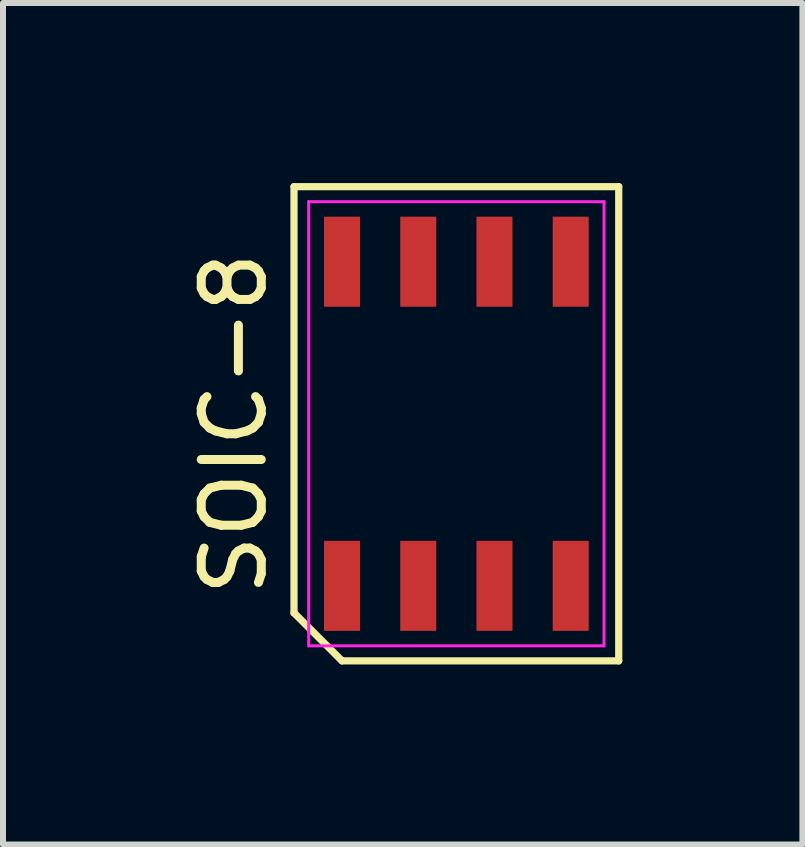
<source format=kicad_pcb>
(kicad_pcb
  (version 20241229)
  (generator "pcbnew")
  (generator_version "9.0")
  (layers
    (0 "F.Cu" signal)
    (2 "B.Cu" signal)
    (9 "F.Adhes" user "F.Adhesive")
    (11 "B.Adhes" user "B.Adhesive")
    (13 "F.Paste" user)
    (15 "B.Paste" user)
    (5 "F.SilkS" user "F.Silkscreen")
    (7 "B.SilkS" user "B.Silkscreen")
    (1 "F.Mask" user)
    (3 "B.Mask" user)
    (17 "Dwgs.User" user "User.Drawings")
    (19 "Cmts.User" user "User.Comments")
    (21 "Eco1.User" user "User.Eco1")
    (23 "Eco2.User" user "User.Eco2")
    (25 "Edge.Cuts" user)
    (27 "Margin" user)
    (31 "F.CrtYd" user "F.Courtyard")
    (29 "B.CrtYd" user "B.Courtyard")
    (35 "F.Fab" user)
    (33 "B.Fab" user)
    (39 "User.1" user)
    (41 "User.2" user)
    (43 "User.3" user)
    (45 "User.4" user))
  (footprint "SOIC-8"
    (layer "F.Cu")
    (at 4.553 4.01)
    (property "Reference" "SOIC-8" (at -3.705 0 90) (layer "F.SilkS") (effects (font (size 1 1) (thickness 0.15))))
    (attr smd)
    (fp_line (start -2.705 -3.95) (end 2.705 -3.95) (stroke (width 0.12) (type default)) (layer "F.SilkS"))
    (fp_line (start -2.705 3.15) (end -2.705 -3.95) (stroke (width 0.12) (type default)) (layer "F.SilkS"))
    (fp_line (start -1.905 3.95) (end -2.705 3.15) (stroke (width 0.12) (type default)) (layer "F.SilkS"))
    (fp_line (start 2.705 -3.95) (end 2.705 3.95) (stroke (width 0.12) (type default)) (layer "F.SilkS"))
    (fp_line (start 2.705 3.95) (end -1.905 3.95) (stroke (width 0.12) (type default)) (layer "F.SilkS"))
    (fp_line (start -2.46 -3.7) (end 2.46 -3.7) (stroke (width 0.05) (type default)) (layer "F.CrtYd"))
    (fp_line (start -2.46 3.7) (end -2.46 -3.7) (stroke (width 0.05) (type default)) (layer "F.CrtYd"))
    (fp_line (start 2.46 -3.7) (end 2.46 3.7) (stroke (width 0.05) (type default)) (layer "F.CrtYd"))
    (fp_line (start 2.46 3.7) (end -2.46 3.7) (stroke (width 0.05) (type default)) (layer "F.CrtYd"))
    (pad "1" smd rect (at -1.905 2.7) (size 0.6 1.5) (layers "F.Cu" "F.Mask" "F.Paste"))
    (pad "2" smd rect (at -0.635 2.7) (size 0.6 1.5) (layers "F.Cu" "F.Mask" "F.Paste"))
    (pad "3" smd rect (at 0.635 2.7) (size 0.6 1.5) (layers "F.Cu" "F.Mask" "F.Paste"))
    (pad "4" smd rect (at 1.905 2.7) (size 0.6 1.5) (layers "F.Cu" "F.Mask" "F.Paste"))
    (pad "5" smd rect (at 1.905 -2.7) (size 0.6 1.5) (layers "F.Cu" "F.Mask" "F.Paste"))
    (pad "6" smd rect (at 0.635 -2.7) (size 0.6 1.5) (layers "F.Cu" "F.Mask" "F.Paste"))
    (pad "7" smd rect (at -0.635 -2.7) (size 0.6 1.5) (layers "F.Cu" "F.Mask" "F.Paste"))
    (pad "8" smd rect (at -1.905 -2.7) (size 0.6 1.5) (layers "F.Cu" "F.Mask" "F.Paste")))
  (gr_rect
    (start -3 -3)
    (end 10.318 11.02)
    (stroke (width 0.1) (type default))
    (fill no)
    (layer "Edge.Cuts")))
</source>
